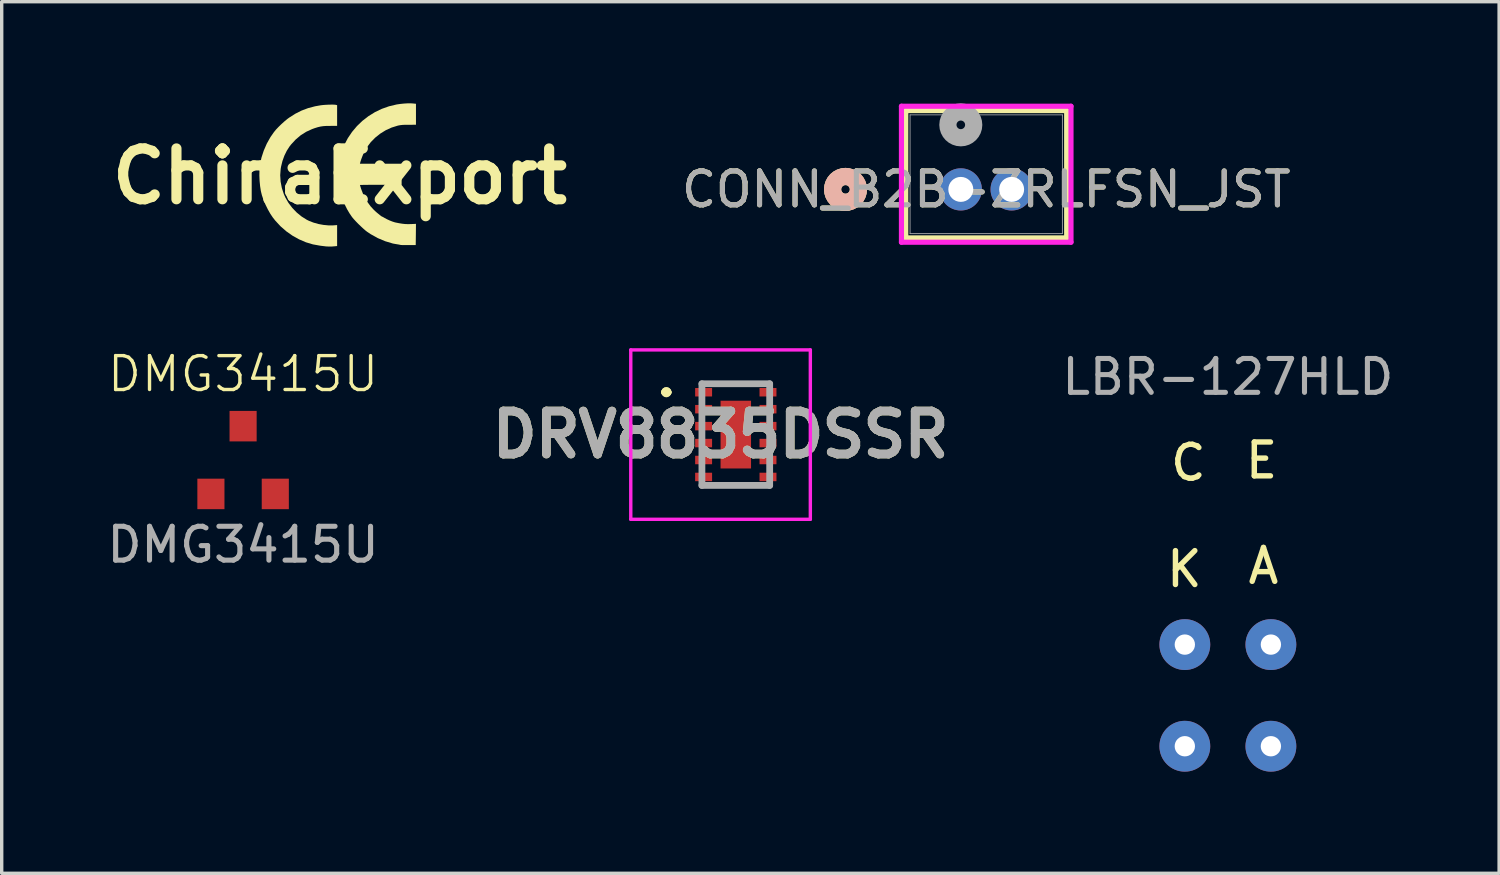
<source format=kicad_pcb>
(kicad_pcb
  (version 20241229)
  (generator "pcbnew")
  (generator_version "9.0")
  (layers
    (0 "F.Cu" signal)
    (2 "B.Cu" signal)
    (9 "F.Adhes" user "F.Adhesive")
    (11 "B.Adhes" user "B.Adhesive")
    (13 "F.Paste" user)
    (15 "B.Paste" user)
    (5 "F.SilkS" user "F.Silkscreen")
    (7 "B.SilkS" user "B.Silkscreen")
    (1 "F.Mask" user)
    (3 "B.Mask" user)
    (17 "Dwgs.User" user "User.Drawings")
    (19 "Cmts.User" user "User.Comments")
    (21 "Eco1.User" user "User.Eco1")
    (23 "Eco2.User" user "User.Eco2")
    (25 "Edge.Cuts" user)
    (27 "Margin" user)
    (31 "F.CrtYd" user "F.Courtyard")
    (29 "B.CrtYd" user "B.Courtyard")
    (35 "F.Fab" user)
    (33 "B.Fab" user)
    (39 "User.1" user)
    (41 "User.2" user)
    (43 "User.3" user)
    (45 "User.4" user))
  (footprint "DRV8835DSSR"
    (layer "F.Cu")
    (at 18.667 9.777)
    (property "Reference" "DRV8835DSSR" (at -0.45 0 0) (layer "F.SilkS") (effects (font (size 1.27 1.27) (thickness 0.254))))
    (attr smd)
    (fp_line (start -2.1 -1.25) (end -2.1 -1.25) (stroke (width 0.2) (type solid)) (layer "F.SilkS"))
    (fp_line (start -2 -1.25) (end -2 -1.25) (stroke (width 0.2) (type solid)) (layer "F.SilkS"))
    (fp_line (start -2 -1.25) (end -2 -1.25) (stroke (width 0.2) (type solid)) (layer "F.SilkS"))
    (fp_arc (start -2.1 -1.25) (mid -2.05 -1.3) (end -2 -1.25) (stroke (width 0.2) (type solid)) (layer "F.SilkS"))
    (fp_arc (start -2.1 -1.25) (mid -2.05 -1.3) (end -2 -1.25) (stroke (width 0.2) (type solid)) (layer "F.SilkS"))
    (fp_arc (start -2 -1.25) (mid -2.05 -1.2) (end -2.1 -1.25) (stroke (width 0.2) (type solid)) (layer "F.SilkS"))
    (fp_line (start -3.1 -2.5) (end 2.2 -2.5) (stroke (width 0.1) (type solid)) (layer "F.CrtYd"))
    (fp_line (start -3.1 2.5) (end -3.1 -2.5) (stroke (width 0.1) (type solid)) (layer "F.CrtYd"))
    (fp_line (start 2.2 -2.5) (end 2.2 2.5) (stroke (width 0.1) (type solid)) (layer "F.CrtYd"))
    (fp_line (start 2.2 2.5) (end -3.1 2.5) (stroke (width 0.1) (type solid)) (layer "F.CrtYd"))
    (fp_line (start -1 -1.5) (end -1 1.5) (stroke (width 0.2) (type solid)) (layer "F.Fab"))
    (fp_line (start -1 1.5) (end 1 1.5) (stroke (width 0.2) (type solid)) (layer "F.Fab"))
    (fp_line (start 1 -1.5) (end -1 -1.5) (stroke (width 0.2) (type solid)) (layer "F.Fab"))
    (fp_line (start 1 1.5) (end 1 -1.5) (stroke (width 0.2) (type solid)) (layer "F.Fab"))
    (fp_text user "${REFERENCE}" (at -0.45 0 0) (layer "F.Fab") (effects (font (size 1.27 1.27) (thickness 0.254))))
    (pad "1" smd rect (at -0.95 -1.25 90) (size 0.25 0.5) (layers "F.Cu" "F.Mask" "F.Paste"))
    (pad "2" smd rect (at -0.95 -0.75 90) (size 0.25 0.5) (layers "F.Cu" "F.Mask" "F.Paste"))
    (pad "3" smd rect (at -0.95 -0.25 90) (size 0.25 0.5) (layers "F.Cu" "F.Mask" "F.Paste"))
    (pad "4" smd rect (at -0.95 0.25 90) (size 0.25 0.5) (layers "F.Cu" "F.Mask" "F.Paste"))
    (pad "5" smd rect (at -0.95 0.75 90) (size 0.25 0.5) (layers "F.Cu" "F.Mask" "F.Paste"))
    (pad "6" smd rect (at -0.95 1.25 90) (size 0.25 0.5) (layers "F.Cu" "F.Mask" "F.Paste"))
    (pad "7" smd rect (at 0.95 1.25 90) (size 0.25 0.5) (layers "F.Cu" "F.Mask" "F.Paste"))
    (pad "8" smd rect (at 0.95 0.75 90) (size 0.25 0.5) (layers "F.Cu" "F.Mask" "F.Paste"))
    (pad "9" smd rect (at 0.95 0.25 90) (size 0.25 0.5) (layers "F.Cu" "F.Mask" "F.Paste"))
    (pad "10" smd rect (at 0.95 -0.25 90) (size 0.25 0.5) (layers "F.Cu" "F.Mask" "F.Paste"))
    (pad "11" smd rect (at 0.95 -0.75 90) (size 0.25 0.5) (layers "F.Cu" "F.Mask" "F.Paste"))
    (pad "12" smd rect (at 0.95 -1.25 90) (size 0.25 0.5) (layers "F.Cu" "F.Mask" "F.Paste"))
    (pad "13" smd rect (at 0 0) (size 0.9 2) (layers "F.Cu" "F.Mask" "F.Paste")))
  (footprint "LBR-127HLD"
    (layer "F.Cu")
    (at 33.19 9.375)
    (property "Reference" "LBR-127HLD" (at -0.199 -0.802 0) (unlocked yes) (layer "User.9") (effects (font (size 1 1) (thickness 0.1))))
    (attr smd)
    (fp_line (start -2.25 5.6) (end -2.25 0) (stroke (width 0.2) (type default)) (layer "User.9"))
    (fp_line (start 2.25 0) (end -2.25 0) (stroke (width 0.2) (type default)) (layer "User.9"))
    (fp_line (start 2.25 0) (end 2.25 5.6) (stroke (width 0.2) (type default)) (layer "User.9"))
    (fp_line (start 2.25 5.6) (end -2.25 5.6) (stroke (width 0.2) (type default)) (layer "User.9"))
    (fp_text user "E" (at 0.437 1.75 0) (unlocked yes) (layer "F.SilkS") (effects (font (size 1 1) (thickness 0.16)) (justify left bottom)))
    (fp_text user "C" (at -1.771 1.819 0) (unlocked yes) (layer "F.SilkS") (effects (font (size 1 1) (thickness 0.16)) (justify left bottom)))
    (fp_text user "K" (at -1.89 4.957 0) (unlocked yes) (layer "F.SilkS") (effects (font (size 1 1) (thickness 0.16)) (justify left bottom)))
    (fp_text user "A" (at 0.517 4.863 0) (unlocked yes) (layer "F.SilkS") (effects (font (size 1 1) (thickness 0.16)) (justify left bottom)))
    (fp_text user "${REFERENCE}" (at 0 -1.3 0) (unlocked yes) (layer "F.Fab") (effects (font (size 1 1) (thickness 0.15))))
    (pad "1" thru_hole circle (at 1.27 9.6) (size 1.5 1.5) (drill 0.6) (layers "*.Cu" "*.Mask"))
    (pad "2" thru_hole circle (at -1.27 9.6) (size 1.5 1.5) (drill 0.6) (layers "*.Cu" "*.Mask"))
    (pad "3" thru_hole circle (at 1.27 6.6) (size 1.5 1.5) (drill 0.6) (layers "*.Cu" "*.Mask"))
    (pad "4" thru_hole circle (at -1.27 6.6) (size 1.5 1.5) (drill 0.6) (layers "*.Cu" "*.Mask")))
  (footprint "ChinaExport"
    (layer "F.Cu")
    (at 6.979 2.153)
    (property "Reference" "ChinaExport" (at 0 0 0) (layer "F.SilkS") (effects (font (size 1.5 1.5) (thickness 0.3))))
    (attr board_only exclude_from_pos_files exclude_from_bom)
    (fp_poly (pts (xy -0.193 -2.115) (xy -0.138 -2.112) (xy -0.109 -2.107) (xy -0.079 -2.099) (xy -0.079 -1.793) (xy -0.079 -1.488) (xy -0.288 -1.487) (xy -0.397 -1.486) (xy -0.488 -1.48) (xy -0.569 -1.468) (xy -0.65 -1.449) (xy -0.737 -1.422) (xy -0.817 -1.393) (xy -0.99 -1.314) (xy -1.152 -1.212) (xy -1.301 -1.086) (xy -1.439 -0.937) (xy -1.484 -0.879) (xy -1.565 -0.753) (xy -1.636 -0.608) (xy -1.693 -0.45) (xy -1.733 -0.286) (xy -1.745 -0.217) (xy -1.759 -0.031) (xy -1.747 0.158) (xy -1.711 0.345) (xy -1.652 0.526) (xy -1.606 0.628) (xy -1.514 0.787) (xy -1.401 0.935) (xy -1.271 1.07) (xy -1.128 1.187) (xy -0.975 1.283) (xy -0.902 1.319) (xy -0.774 1.368) (xy -0.632 1.408) (xy -0.484 1.435) (xy -0.338 1.449) (xy -0.205 1.449) (xy -0.202 1.449) (xy -0.079 1.44) (xy -0.079 1.749) (xy -0.079 2.059) (xy -0.161 2.067) (xy -0.234 2.073) (xy -0.313 2.074) (xy -0.385 2.071) (xy -0.423 2.068) (xy -0.451 2.064) (xy -0.496 2.059) (xy -0.553 2.052) (xy -0.582 2.048) (xy -0.793 2.01) (xy -1 1.948) (xy -1.202 1.861) (xy -1.396 1.753) (xy -1.578 1.625) (xy -1.748 1.477) (xy -1.901 1.312) (xy -1.972 1.223) (xy -2.049 1.109) (xy -2.124 0.977) (xy -2.194 0.835) (xy -2.254 0.691) (xy -2.299 0.56) (xy -2.33 0.434) (xy -2.352 0.291) (xy -2.367 0.136) (xy -2.374 -0.021) (xy -2.371 -0.173) (xy -2.359 -0.313) (xy -2.356 -0.337) (xy -2.313 -0.547) (xy -2.245 -0.756) (xy -2.156 -0.961) (xy -2.046 -1.157) (xy -1.945 -1.302) (xy -1.886 -1.375) (xy -1.809 -1.456) (xy -1.723 -1.54) (xy -1.633 -1.621) (xy -1.546 -1.693) (xy -1.494 -1.731) (xy -1.313 -1.846) (xy -1.129 -1.939) (xy -0.935 -2.012) (xy -0.729 -2.066) (xy -0.567 -2.095) (xy -0.499 -2.103) (xy -0.421 -2.109) (xy -0.34 -2.113) (xy -0.262 -2.115)) (stroke (width 0) (type solid)) (fill yes) (layer "F.SilkS"))
    (fp_poly (pts (xy 2.159 -2.149) (xy 2.248 -2.14) (xy 2.248 -1.83) (xy 2.248 -1.521) (xy 2.033 -1.52) (xy 1.937 -1.52) (xy 1.861 -1.517) (xy 1.799 -1.511) (xy 1.745 -1.502) (xy 1.712 -1.495) (xy 1.529 -1.438) (xy 1.356 -1.359) (xy 1.194 -1.259) (xy 1.046 -1.141) (xy 0.914 -1.007) (xy 0.802 -0.858) (xy 0.721 -0.717) (xy 0.691 -0.651) (xy 0.661 -0.577) (xy 0.633 -0.502) (xy 0.611 -0.436) (xy 0.603 -0.407) (xy 0.594 -0.37) (xy 1.21 -0.37) (xy 1.825 -0.37) (xy 1.825 -0.059) (xy 1.825 0.251) (xy 1.21 0.251) (xy 1.085 0.251) (xy 0.969 0.252) (xy 0.864 0.252) (xy 0.772 0.253) (xy 0.697 0.254) (xy 0.641 0.255) (xy 0.606 0.256) (xy 0.595 0.257) (xy 0.599 0.272) (xy 0.609 0.305) (xy 0.623 0.351) (xy 0.629 0.371) (xy 0.701 0.559) (xy 0.795 0.731) (xy 0.909 0.887) (xy 1.003 0.989) (xy 1.045 1.029) (xy 1.092 1.071) (xy 1.141 1.111) (xy 1.185 1.147) (xy 1.221 1.174) (xy 1.243 1.189) (xy 1.248 1.19) (xy 1.262 1.196) (xy 1.292 1.212) (xy 1.325 1.232) (xy 1.393 1.268) (xy 1.471 1.304) (xy 1.549 1.335) (xy 1.617 1.357) (xy 1.64 1.363) (xy 1.75 1.385) (xy 1.843 1.4) (xy 1.925 1.409) (xy 2.003 1.412) (xy 2.086 1.411) (xy 2.093 1.411) (xy 2.248 1.404) (xy 2.245 1.717) (xy 2.241 2.03) (xy 2.043 2.031) (xy 1.97 2.031) (xy 1.903 2.031) (xy 1.849 2.03) (xy 1.813 2.028) (xy 1.805 2.028) (xy 1.568 1.985) (xy 1.341 1.917) (xy 1.122 1.825) (xy 0.911 1.708) (xy 0.809 1.64) (xy 0.756 1.599) (xy 0.691 1.542) (xy 0.62 1.476) (xy 0.546 1.405) (xy 0.476 1.333) (xy 0.414 1.266) (xy 0.366 1.209) (xy 0.36 1.201) (xy 0.288 1.096) (xy 0.216 0.974) (xy 0.15 0.842) (xy 0.093 0.71) (xy 0.062 0.624) (xy 0.027 0.518) (xy 0.001 0.428) (xy -0.018 0.349) (xy -0.031 0.273) (xy -0.04 0.194) (xy -0.044 0.105) (xy -0.046 -0.001) (xy -0.046 -0.059) (xy -0.045 -0.178) (xy -0.041 -0.277) (xy -0.034 -0.364) (xy -0.022 -0.444) (xy -0.004 -0.526) (xy 0.021 -0.615) (xy 0.053 -0.718) (xy 0.133 -0.927) (xy 0.237 -1.125) (xy 0.362 -1.31) (xy 0.506 -1.481) (xy 0.667 -1.636) (xy 0.844 -1.773) (xy 1.035 -1.892) (xy 1.239 -1.99) (xy 1.453 -2.066) (xy 1.676 -2.119) (xy 1.688 -2.121) (xy 1.792 -2.136) (xy 1.9 -2.147) (xy 2.005 -2.153) (xy 2.099 -2.153)) (stroke (width 0) (type solid)) (fill yes) (layer "F.SilkS")))
  (footprint "CONN_B2B-ZRLFSN_JST"
    (layer "F.Cu")
    (at 25.308 2.54)
    (property "Reference" "CONN_B2B-ZRLFSN_JST" (at 0.75 0 0) (unlocked yes) (layer "F.SilkS") (effects (font (size 1 1) (thickness 0.15))))
    (attr through_hole)
    (fp_line (start -1.625 -2.327) (end -1.625 1.432) (stroke (width 0.152) (type solid)) (layer "F.SilkS"))
    (fp_line (start -1.625 1.432) (end 3.125 1.432) (stroke (width 0.152) (type solid)) (layer "F.SilkS"))
    (fp_line (start 3.125 -2.327) (end -1.625 -2.327) (stroke (width 0.152) (type solid)) (layer "F.SilkS"))
    (fp_line (start 3.125 1.432) (end 3.125 -2.327) (stroke (width 0.152) (type solid)) (layer "F.SilkS"))
    (fp_circle (center -3.403 0) (end -3.022 0) (stroke (width 0.508) (type solid)) (fill no) (layer "F.SilkS"))
    (fp_circle (center -3.403 0) (end -3.022 0) (stroke (width 0.508) (type solid)) (fill no) (layer "B.SilkS"))
    (fp_line (start -1.752 -2.454) (end -1.752 1.559) (stroke (width 0.152) (type solid)) (layer "F.CrtYd"))
    (fp_line (start -1.752 1.559) (end 3.252 1.559) (stroke (width 0.152) (type solid)) (layer "F.CrtYd"))
    (fp_line (start 3.252 -2.454) (end -1.752 -2.454) (stroke (width 0.152) (type solid)) (layer "F.CrtYd"))
    (fp_line (start 3.252 1.559) (end 3.252 -2.454) (stroke (width 0.152) (type solid)) (layer "F.CrtYd"))
    (fp_line (start -1.498 -2.2) (end -1.498 1.305) (stroke (width 0.025) (type solid)) (layer "F.Fab"))
    (fp_line (start -1.498 1.305) (end 2.998 1.305) (stroke (width 0.025) (type solid)) (layer "F.Fab"))
    (fp_line (start 2.998 -2.2) (end -1.498 -2.2) (stroke (width 0.025) (type solid)) (layer "F.Fab"))
    (fp_line (start 2.998 1.305) (end 2.998 -2.2) (stroke (width 0.025) (type solid)) (layer "F.Fab"))
    (fp_circle (center 0 -1.905) (end 0.381 -1.905) (stroke (width 0.508) (type solid)) (fill no) (layer "F.Fab"))
    (fp_text user "${REFERENCE}" (at 0.75 0 0) (unlocked yes) (layer "F.Fab") (effects (font (size 1 1) (thickness 0.15))))
    (pad "1" thru_hole circle (at 0 0) (size 1.245 1.245) (drill 0.737) (layers "*.Cu" "*.Mask"))
    (pad "2" thru_hole circle (at 1.5 0) (size 1.245 1.245) (drill 0.737) (layers "*.Cu" "*.Mask")))
  (footprint "DMG3415U"
    (layer "F.Cu")
    (at 4.125 10.528)
    (property "Reference" "DMG3415U" (at 0 -2.54 0) (unlocked yes) (layer "F.SilkS") (effects (font (size 1 1) (thickness 0.1))))
    (attr smd)
    (fp_text user "${REFERENCE}" (at 0 2.5 0) (unlocked yes) (layer "F.Fab") (effects (font (size 1 1) (thickness 0.15))))
    (pad "1" smd rect (at 0 -1) (size 0.8 0.9) (layers "F.Cu" "F.Mask" "F.Paste"))
    (pad "2" smd rect (at -0.95 1) (size 0.8 0.9) (layers "F.Cu" "F.Mask" "F.Paste"))
    (pad "3" smd rect (at 0.95 1) (size 0.8 0.9) (layers "F.Cu" "F.Mask" "F.Paste")))
  (gr_rect
    (start -3 -3)
    (end 41.196 22.725)
    (stroke (width 0.1) (type default))
    (fill no)
    (layer "Edge.Cuts")))
</source>
